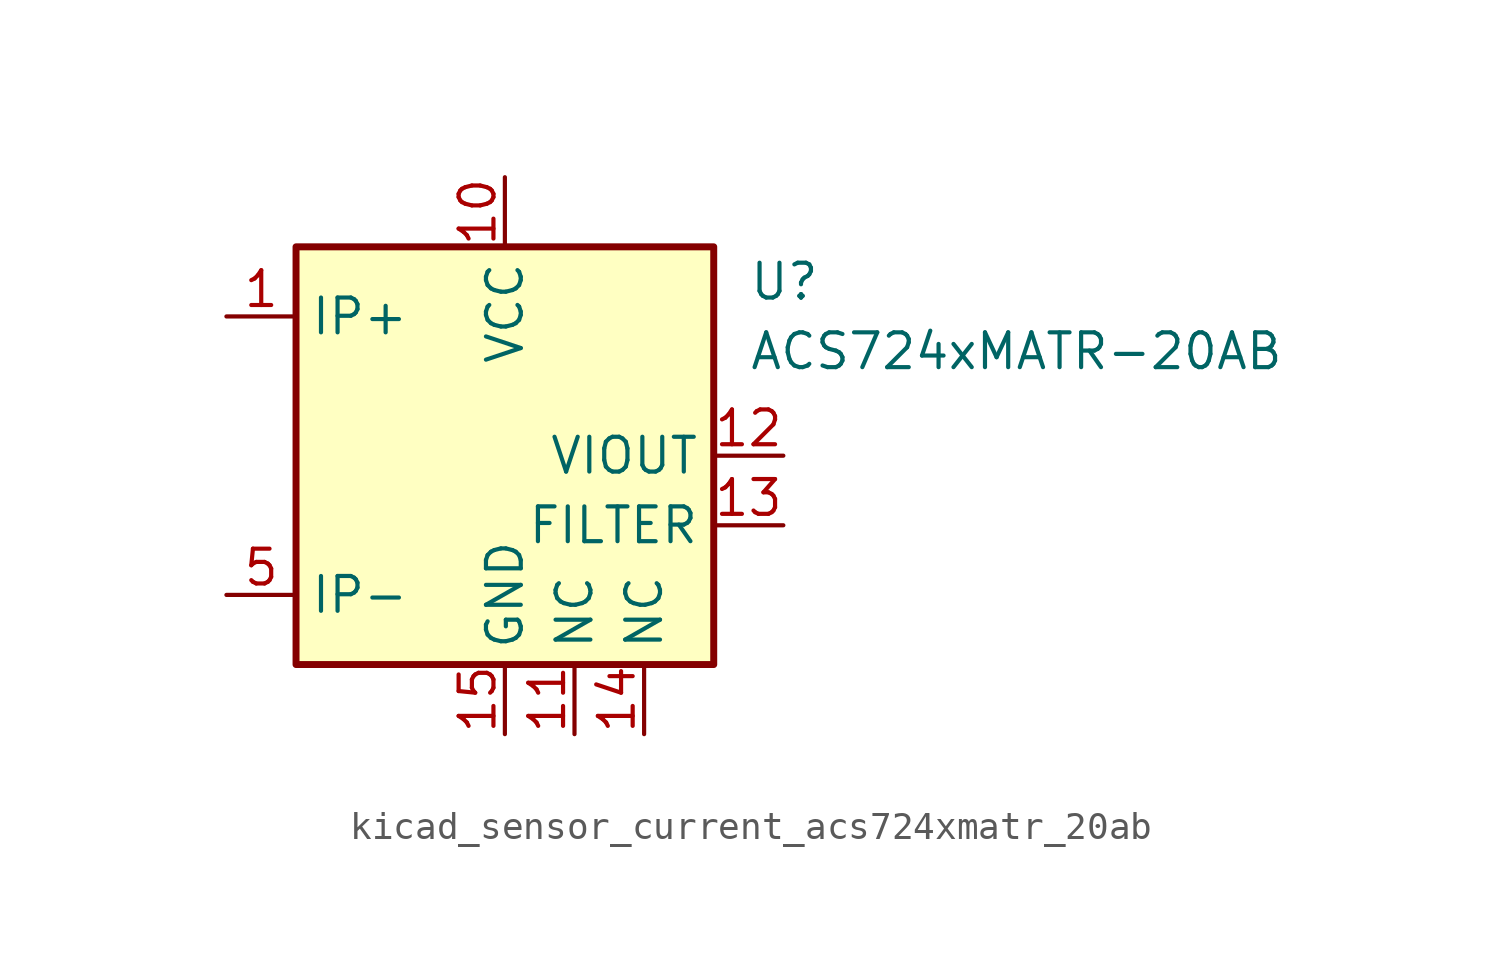
<source format=kicad_sym>
(kicad_symbol_lib
  (version 20220914)
  (generator kicad_symbol_editor)
  (symbol "kicad_sensor_current_acs724xmatr_20ab"
    (property "Reference" "U"
      (at 8.89 6.35 0)
      (effects (font (size 1.27 1.27)) (justify left)))
    (property "Value" "ACS724xMATR-20AB"
      (at 8.89 3.81 0)
      (effects (font (size 1.27 1.27)) (justify left)))
    (symbol "kicad_sensor_current_acs724xmatr_20ab_0_1"
      (rectangle (start -7.62 7.62) (end 7.62 -7.62) (stroke (width 0.254) (type default)) (fill (type background))))
    (symbol "kicad_sensor_current_acs724xmatr_20ab_1_1"
      (pin passive line (at -10.16 5.08 0) (length 2.54) (name "IP+" (effects (font (size 1.27 1.27)))) (number "1" (effects (font (size 1.27 1.27)))))
      (pin power_in line (at 0 10.16 270) (length 2.54) (name "VCC" (effects (font (size 1.27 1.27)))) (number "10" (effects (font (size 1.27 1.27)))))
      (pin passive line (at 2.54 -10.16 90) (length 2.54) (name "NC" (effects (font (size 1.27 1.27)))) (number "11" (effects (font (size 1.27 1.27)))))
      (pin output line (at 10.16 0 180) (length 2.54) (name "VIOUT" (effects (font (size 1.27 1.27)))) (number "12" (effects (font (size 1.27 1.27)))))
      (pin passive line (at 10.16 -2.54 180) (length 2.54) (name "FILTER" (effects (font (size 1.27 1.27)))) (number "13" (effects (font (size 1.27 1.27)))))
      (pin passive line (at 5.08 -10.16 90) (length 2.54) (name "NC" (effects (font (size 1.27 1.27)))) (number "14" (effects (font (size 1.27 1.27)))))
      (pin power_in line (at 0 -10.16 90) (length 2.54) (name "GND" (effects (font (size 1.27 1.27)))) (number "15" (effects (font (size 1.27 1.27)))))
      (pin no_connect line (at 7.62 2.54 180) (length 2.54) hide (name "NC" (effects (font (size 1.27 1.27)))) (number "16" (effects (font (size 1.27 1.27)))))
      (pin passive line (at -10.16 5.08 0) (length 2.54) hide (name "IP+" (effects (font (size 1.27 1.27)))) (number "2" (effects (font (size 1.27 1.27)))))
      (pin passive line (at -10.16 5.08 0) (length 2.54) hide (name "IP+" (effects (font (size 1.27 1.27)))) (number "3" (effects (font (size 1.27 1.27)))))
      (pin passive line (at -10.16 5.08 0) (length 2.54) hide (name "IP+" (effects (font (size 1.27 1.27)))) (number "4" (effects (font (size 1.27 1.27)))))
      (pin passive line (at -10.16 -5.08 0) (length 2.54) (name "IP-" (effects (font (size 1.27 1.27)))) (number "5" (effects (font (size 1.27 1.27)))))
      (pin passive line (at -10.16 -5.08 0) (length 2.54) hide (name "IP-" (effects (font (size 1.27 1.27)))) (number "6" (effects (font (size 1.27 1.27)))))
      (pin passive line (at -10.16 -5.08 0) (length 2.54) hide (name "IP-" (effects (font (size 1.27 1.27)))) (number "7" (effects (font (size 1.27 1.27)))))
      (pin passive line (at -10.16 -5.08 0) (length 2.54) hide (name "IP-" (effects (font (size 1.27 1.27)))) (number "8" (effects (font (size 1.27 1.27)))))
      (pin no_connect line (at 7.62 5.08 180) (length 2.54) hide (name "NC" (effects (font (size 1.27 1.27)))) (number "9" (effects (font (size 1.27 1.27))))))))
</source>
